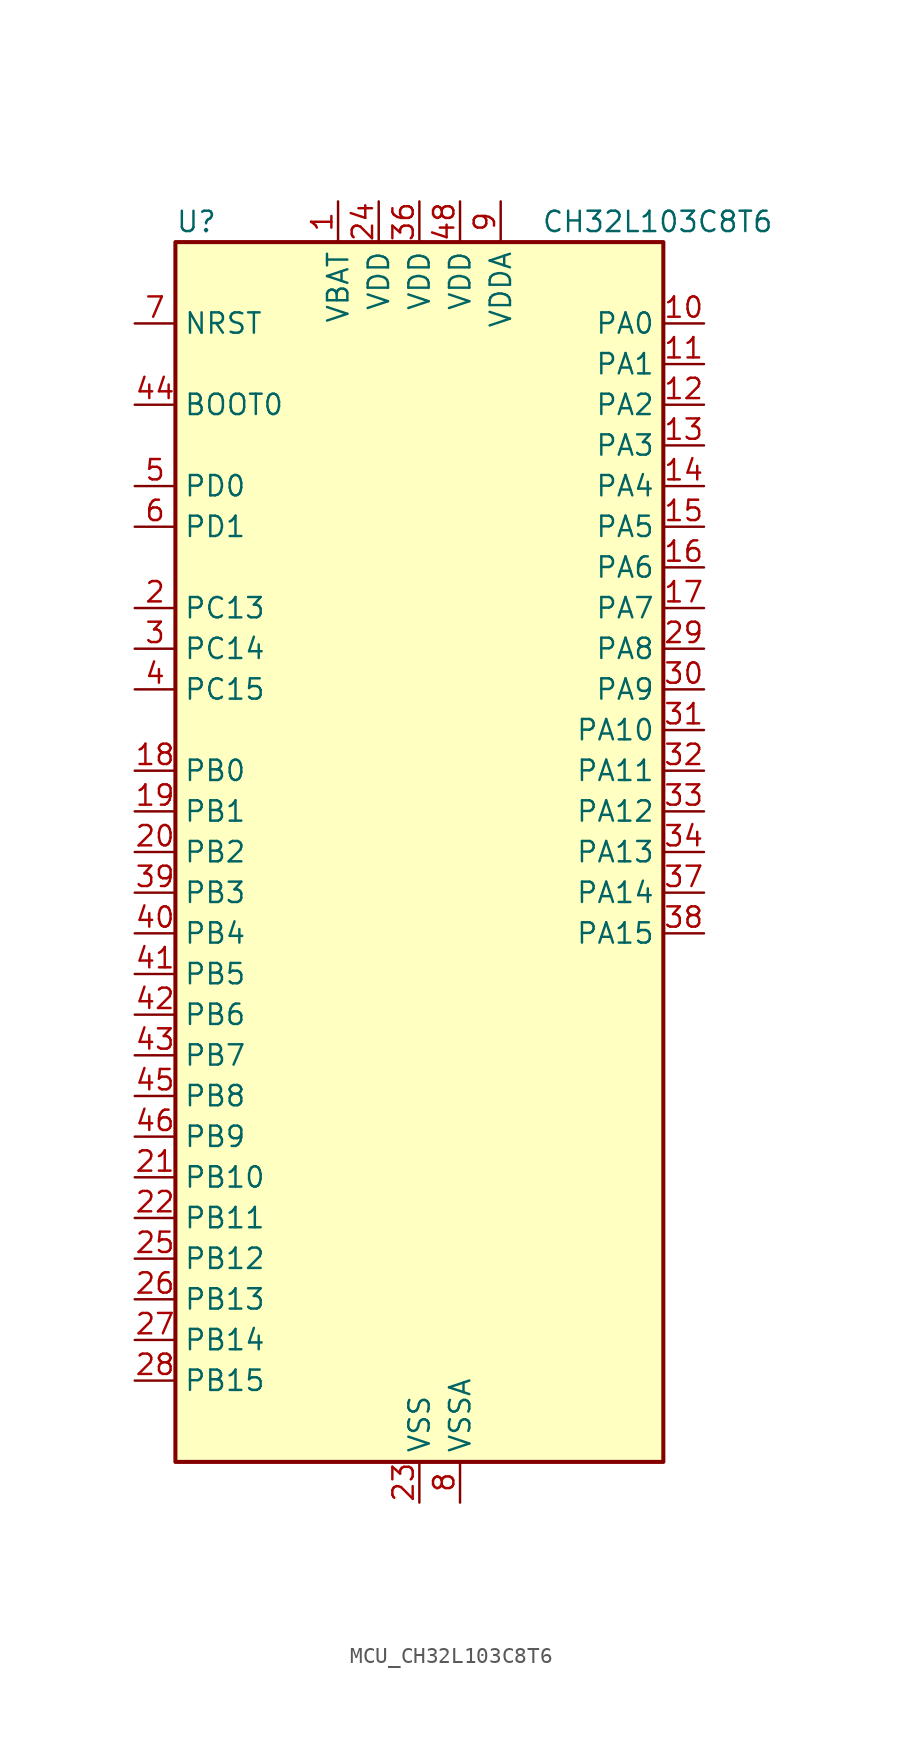
<source format=kicad_sym>
(kicad_symbol_lib
  (version 20241209)
  (generator "kicad_symbol_editor")
  (generator_version "9.0")
  (symbol "MCU_CH32L103C8T6"
    (property "Reference" "U"
      (at -15.24 39.37 0)
      (effects (font (size 1.27 1.27)) (justify left)))
    (property "Value" "CH32L103C8T6"
      (at 7.62 39.37 0)
      (effects (font (size 1.27 1.27)) (justify left)))
    (symbol "MCU_CH32L103C8T6_0_1"
      (rectangle (start -15.24 -38.1) (end 15.24 38.1) (stroke (width 0.254) (type default)) (fill (type background))))
    (symbol "MCU_CH32L103C8T6_1_1"
      (pin input line (at -17.78 33.02 0) (length 2.54) (name "NRST" (effects (font (size 1.27 1.27)))) (number "7" (effects (font (size 1.27 1.27)))))
      (pin input line (at -17.78 27.94 0) (length 2.54) (name "BOOT0" (effects (font (size 1.27 1.27)))) (number "44" (effects (font (size 1.27 1.27)))))
      (pin bidirectional line (at -17.78 22.86 0) (length 2.54) (name "PD0" (effects (font (size 1.27 1.27)))) (number "5" (effects (font (size 1.27 1.27)))) (alternate "RCC_OSC_IN" bidirectional line))
      (pin bidirectional line (at -17.78 20.32 0) (length 2.54) (name "PD1" (effects (font (size 1.27 1.27)))) (number "6" (effects (font (size 1.27 1.27)))) (alternate "RCC_OSC_OUT" bidirectional line))
      (pin bidirectional line (at -17.78 15.24 0) (length 2.54) (name "PC13" (effects (font (size 1.27 1.27)))) (number "2" (effects (font (size 1.27 1.27)))) (alternate "RTC_OUT" bidirectional line) (alternate "RTC_TAMPER" bidirectional line))
      (pin bidirectional line (at -17.78 12.7 0) (length 2.54) (name "PC14" (effects (font (size 1.27 1.27)))) (number "3" (effects (font (size 1.27 1.27)))) (alternate "RCC_OSC32_IN" bidirectional line))
      (pin bidirectional line (at -17.78 10.16 0) (length 2.54) (name "PC15" (effects (font (size 1.27 1.27)))) (number "4" (effects (font (size 1.27 1.27)))) (alternate "ADC1_EXTI15" bidirectional line) (alternate "ADC2_EXTI15" bidirectional line) (alternate "RCC_OSC32_OUT" bidirectional line))
      (pin bidirectional line (at -17.78 5.08 0) (length 2.54) (name "PB0" (effects (font (size 1.27 1.27)))) (number "18" (effects (font (size 1.27 1.27)))) (alternate "ADC1_IN8" bidirectional line) (alternate "ADC2_IN8" bidirectional line) (alternate "TIM1_CH2N" bidirectional line) (alternate "TIM3_CH3" bidirectional line))
      (pin bidirectional line (at -17.78 2.54 0) (length 2.54) (name "PB1" (effects (font (size 1.27 1.27)))) (number "19" (effects (font (size 1.27 1.27)))) (alternate "ADC1_IN9" bidirectional line) (alternate "ADC2_IN9" bidirectional line) (alternate "TIM1_CH3N" bidirectional line) (alternate "TIM3_CH4" bidirectional line))
      (pin bidirectional line (at -17.78 0 0) (length 2.54) (name "PB2" (effects (font (size 1.27 1.27)))) (number "20" (effects (font (size 1.27 1.27)))))
      (pin bidirectional line (at -17.78 -2.54 0) (length 2.54) (name "PB3" (effects (font (size 1.27 1.27)))) (number "39" (effects (font (size 1.27 1.27)))) (alternate "SPI1_SCK" bidirectional line) (alternate "SYS_JTDO-TRACESWO" bidirectional line) (alternate "TIM2_CH2" bidirectional line))
      (pin bidirectional line (at -17.78 -5.08 0) (length 2.54) (name "PB4" (effects (font (size 1.27 1.27)))) (number "40" (effects (font (size 1.27 1.27)))) (alternate "SPI1_MISO" bidirectional line) (alternate "SYS_NJTRST" bidirectional line) (alternate "TIM3_CH1" bidirectional line))
      (pin bidirectional line (at -17.78 -7.62 0) (length 2.54) (name "PB5" (effects (font (size 1.27 1.27)))) (number "41" (effects (font (size 1.27 1.27)))) (alternate "I2C1_SMBA" bidirectional line) (alternate "SPI1_MOSI" bidirectional line) (alternate "TIM3_CH2" bidirectional line))
      (pin bidirectional line (at -17.78 -10.16 0) (length 2.54) (name "PB6" (effects (font (size 1.27 1.27)))) (number "42" (effects (font (size 1.27 1.27)))) (alternate "I2C1_SCL" bidirectional line) (alternate "TIM4_CH1" bidirectional line) (alternate "USART1_TX" bidirectional line))
      (pin bidirectional line (at -17.78 -12.7 0) (length 2.54) (name "PB7" (effects (font (size 1.27 1.27)))) (number "43" (effects (font (size 1.27 1.27)))) (alternate "I2C1_SDA" bidirectional line) (alternate "TIM4_CH2" bidirectional line) (alternate "USART1_RX" bidirectional line))
      (pin bidirectional line (at -17.78 -15.24 0) (length 2.54) (name "PB8" (effects (font (size 1.27 1.27)))) (number "45" (effects (font (size 1.27 1.27)))) (alternate "CAN_RX" bidirectional line) (alternate "I2C1_SCL" bidirectional line) (alternate "TIM4_CH3" bidirectional line))
      (pin bidirectional line (at -17.78 -17.78 0) (length 2.54) (name "PB9" (effects (font (size 1.27 1.27)))) (number "46" (effects (font (size 1.27 1.27)))) (alternate "CAN_TX" bidirectional line) (alternate "I2C1_SDA" bidirectional line) (alternate "TIM4_CH4" bidirectional line))
      (pin bidirectional line (at -17.78 -20.32 0) (length 2.54) (name "PB10" (effects (font (size 1.27 1.27)))) (number "21" (effects (font (size 1.27 1.27)))) (alternate "I2C2_SCL" bidirectional line) (alternate "TIM2_CH3" bidirectional line) (alternate "USART3_TX" bidirectional line))
      (pin bidirectional line (at -17.78 -22.86 0) (length 2.54) (name "PB11" (effects (font (size 1.27 1.27)))) (number "22" (effects (font (size 1.27 1.27)))) (alternate "ADC1_EXTI11" bidirectional line) (alternate "ADC2_EXTI11" bidirectional line) (alternate "I2C2_SDA" bidirectional line) (alternate "TIM2_CH4" bidirectional line) (alternate "USART3_RX" bidirectional line))
      (pin bidirectional line (at -17.78 -25.4 0) (length 2.54) (name "PB12" (effects (font (size 1.27 1.27)))) (number "25" (effects (font (size 1.27 1.27)))) (alternate "I2C2_SMBA" bidirectional line) (alternate "SPI2_NSS" bidirectional line) (alternate "TIM1_BKIN" bidirectional line) (alternate "USART3_CK" bidirectional line))
      (pin bidirectional line (at -17.78 -27.94 0) (length 2.54) (name "PB13" (effects (font (size 1.27 1.27)))) (number "26" (effects (font (size 1.27 1.27)))) (alternate "SPI2_SCK" bidirectional line) (alternate "TIM1_CH1N" bidirectional line) (alternate "USART3_CTS" bidirectional line))
      (pin bidirectional line (at -17.78 -30.48 0) (length 2.54) (name "PB14" (effects (font (size 1.27 1.27)))) (number "27" (effects (font (size 1.27 1.27)))) (alternate "SPI2_MISO" bidirectional line) (alternate "TIM1_CH2N" bidirectional line) (alternate "USART3_RTS" bidirectional line))
      (pin bidirectional line (at -17.78 -33.02 0) (length 2.54) (name "PB15" (effects (font (size 1.27 1.27)))) (number "28" (effects (font (size 1.27 1.27)))) (alternate "ADC1_EXTI15" bidirectional line) (alternate "ADC2_EXTI15" bidirectional line) (alternate "SPI2_MOSI" bidirectional line) (alternate "TIM1_CH3N" bidirectional line))
      (pin power_in line (at -5.08 40.64 270) (length 2.54) (name "VBAT" (effects (font (size 1.27 1.27)))) (number "1" (effects (font (size 1.27 1.27)))))
      (pin power_in line (at -2.54 40.64 270) (length 2.54) (name "VDD" (effects (font (size 1.27 1.27)))) (number "24" (effects (font (size 1.27 1.27)))))
      (pin power_in line (at 0 40.64 270) (length 2.54) (name "VDD" (effects (font (size 1.27 1.27)))) (number "36" (effects (font (size 1.27 1.27)))))
      (pin power_in line (at 0 -40.64 90) (length 2.54) (name "VSS" (effects (font (size 1.27 1.27)))) (number "23" (effects (font (size 1.27 1.27)))))
      (pin passive line (at 0 -40.64 90) (length 2.54) (hide yes) (name "VSS" (effects (font (size 1.27 1.27)))) (number "35" (effects (font (size 1.27 1.27)))))
      (pin passive line (at 0 -40.64 90) (length 2.54) (hide yes) (name "VSS" (effects (font (size 1.27 1.27)))) (number "47" (effects (font (size 1.27 1.27)))))
      (pin power_in line (at 2.54 40.64 270) (length 2.54) (name "VDD" (effects (font (size 1.27 1.27)))) (number "48" (effects (font (size 1.27 1.27)))))
      (pin power_in line (at 2.54 -40.64 90) (length 2.54) (name "VSSA" (effects (font (size 1.27 1.27)))) (number "8" (effects (font (size 1.27 1.27)))))
      (pin power_in line (at 5.08 40.64 270) (length 2.54) (name "VDDA" (effects (font (size 1.27 1.27)))) (number "9" (effects (font (size 1.27 1.27)))))
      (pin bidirectional line (at 17.78 33.02 180) (length 2.54) (name "PA0" (effects (font (size 1.27 1.27)))) (number "10" (effects (font (size 1.27 1.27)))) (alternate "ADC1_IN0" bidirectional line) (alternate "ADC2_IN0" bidirectional line) (alternate "SYS_WKUP" bidirectional line) (alternate "TIM2_CH1" bidirectional line) (alternate "TIM2_ETR" bidirectional line) (alternate "USART2_CTS" bidirectional line))
      (pin bidirectional line (at 17.78 30.48 180) (length 2.54) (name "PA1" (effects (font (size 1.27 1.27)))) (number "11" (effects (font (size 1.27 1.27)))) (alternate "ADC1_IN1" bidirectional line) (alternate "ADC2_IN1" bidirectional line) (alternate "TIM2_CH2" bidirectional line) (alternate "USART2_RTS" bidirectional line))
      (pin bidirectional line (at 17.78 27.94 180) (length 2.54) (name "PA2" (effects (font (size 1.27 1.27)))) (number "12" (effects (font (size 1.27 1.27)))) (alternate "ADC1_IN2" bidirectional line) (alternate "ADC2_IN2" bidirectional line) (alternate "TIM2_CH3" bidirectional line) (alternate "USART2_TX" bidirectional line))
      (pin bidirectional line (at 17.78 25.4 180) (length 2.54) (name "PA3" (effects (font (size 1.27 1.27)))) (number "13" (effects (font (size 1.27 1.27)))) (alternate "ADC1_IN3" bidirectional line) (alternate "ADC2_IN3" bidirectional line) (alternate "TIM2_CH4" bidirectional line) (alternate "USART2_RX" bidirectional line))
      (pin bidirectional line (at 17.78 22.86 180) (length 2.54) (name "PA4" (effects (font (size 1.27 1.27)))) (number "14" (effects (font (size 1.27 1.27)))) (alternate "ADC1_IN4" bidirectional line) (alternate "ADC2_IN4" bidirectional line) (alternate "SPI1_NSS" bidirectional line) (alternate "USART2_CK" bidirectional line))
      (pin bidirectional line (at 17.78 20.32 180) (length 2.54) (name "PA5" (effects (font (size 1.27 1.27)))) (number "15" (effects (font (size 1.27 1.27)))) (alternate "ADC1_IN5" bidirectional line) (alternate "ADC2_IN5" bidirectional line) (alternate "SPI1_SCK" bidirectional line))
      (pin bidirectional line (at 17.78 17.78 180) (length 2.54) (name "PA6" (effects (font (size 1.27 1.27)))) (number "16" (effects (font (size 1.27 1.27)))) (alternate "ADC1_IN6" bidirectional line) (alternate "ADC2_IN6" bidirectional line) (alternate "SPI1_MISO" bidirectional line) (alternate "TIM1_BKIN" bidirectional line) (alternate "TIM3_CH1" bidirectional line))
      (pin bidirectional line (at 17.78 15.24 180) (length 2.54) (name "PA7" (effects (font (size 1.27 1.27)))) (number "17" (effects (font (size 1.27 1.27)))) (alternate "ADC1_IN7" bidirectional line) (alternate "ADC2_IN7" bidirectional line) (alternate "SPI1_MOSI" bidirectional line) (alternate "TIM1_CH1N" bidirectional line) (alternate "TIM3_CH2" bidirectional line))
      (pin bidirectional line (at 17.78 12.7 180) (length 2.54) (name "PA8" (effects (font (size 1.27 1.27)))) (number "29" (effects (font (size 1.27 1.27)))) (alternate "RCC_MCO" bidirectional line) (alternate "TIM1_CH1" bidirectional line) (alternate "USART1_CK" bidirectional line))
      (pin bidirectional line (at 17.78 10.16 180) (length 2.54) (name "PA9" (effects (font (size 1.27 1.27)))) (number "30" (effects (font (size 1.27 1.27)))) (alternate "TIM1_CH2" bidirectional line) (alternate "USART1_TX" bidirectional line))
      (pin bidirectional line (at 17.78 7.62 180) (length 2.54) (name "PA10" (effects (font (size 1.27 1.27)))) (number "31" (effects (font (size 1.27 1.27)))) (alternate "TIM1_CH3" bidirectional line) (alternate "USART1_RX" bidirectional line))
      (pin bidirectional line (at 17.78 5.08 180) (length 2.54) (name "PA11" (effects (font (size 1.27 1.27)))) (number "32" (effects (font (size 1.27 1.27)))) (alternate "ADC1_EXTI11" bidirectional line) (alternate "ADC2_EXTI11" bidirectional line) (alternate "CAN_RX" bidirectional line) (alternate "TIM1_CH4" bidirectional line) (alternate "USART1_CTS" bidirectional line) (alternate "USB_DM" bidirectional line))
      (pin bidirectional line (at 17.78 2.54 180) (length 2.54) (name "PA12" (effects (font (size 1.27 1.27)))) (number "33" (effects (font (size 1.27 1.27)))) (alternate "CAN_TX" bidirectional line) (alternate "TIM1_ETR" bidirectional line) (alternate "USART1_RTS" bidirectional line) (alternate "USB_DP" bidirectional line))
      (pin bidirectional line (at 17.78 0 180) (length 2.54) (name "PA13" (effects (font (size 1.27 1.27)))) (number "34" (effects (font (size 1.27 1.27)))) (alternate "SYS_JTMS-SWDIO" bidirectional line))
      (pin bidirectional line (at 17.78 -2.54 180) (length 2.54) (name "PA14" (effects (font (size 1.27 1.27)))) (number "37" (effects (font (size 1.27 1.27)))) (alternate "SYS_JTCK-SWCLK" bidirectional line))
      (pin bidirectional line (at 17.78 -5.08 180) (length 2.54) (name "PA15" (effects (font (size 1.27 1.27)))) (number "38" (effects (font (size 1.27 1.27)))) (alternate "ADC1_EXTI15" bidirectional line) (alternate "ADC2_EXTI15" bidirectional line) (alternate "SPI1_NSS" bidirectional line) (alternate "SYS_JTDI" bidirectional line) (alternate "TIM2_CH1" bidirectional line) (alternate "TIM2_ETR" bidirectional line)))))
</source>
